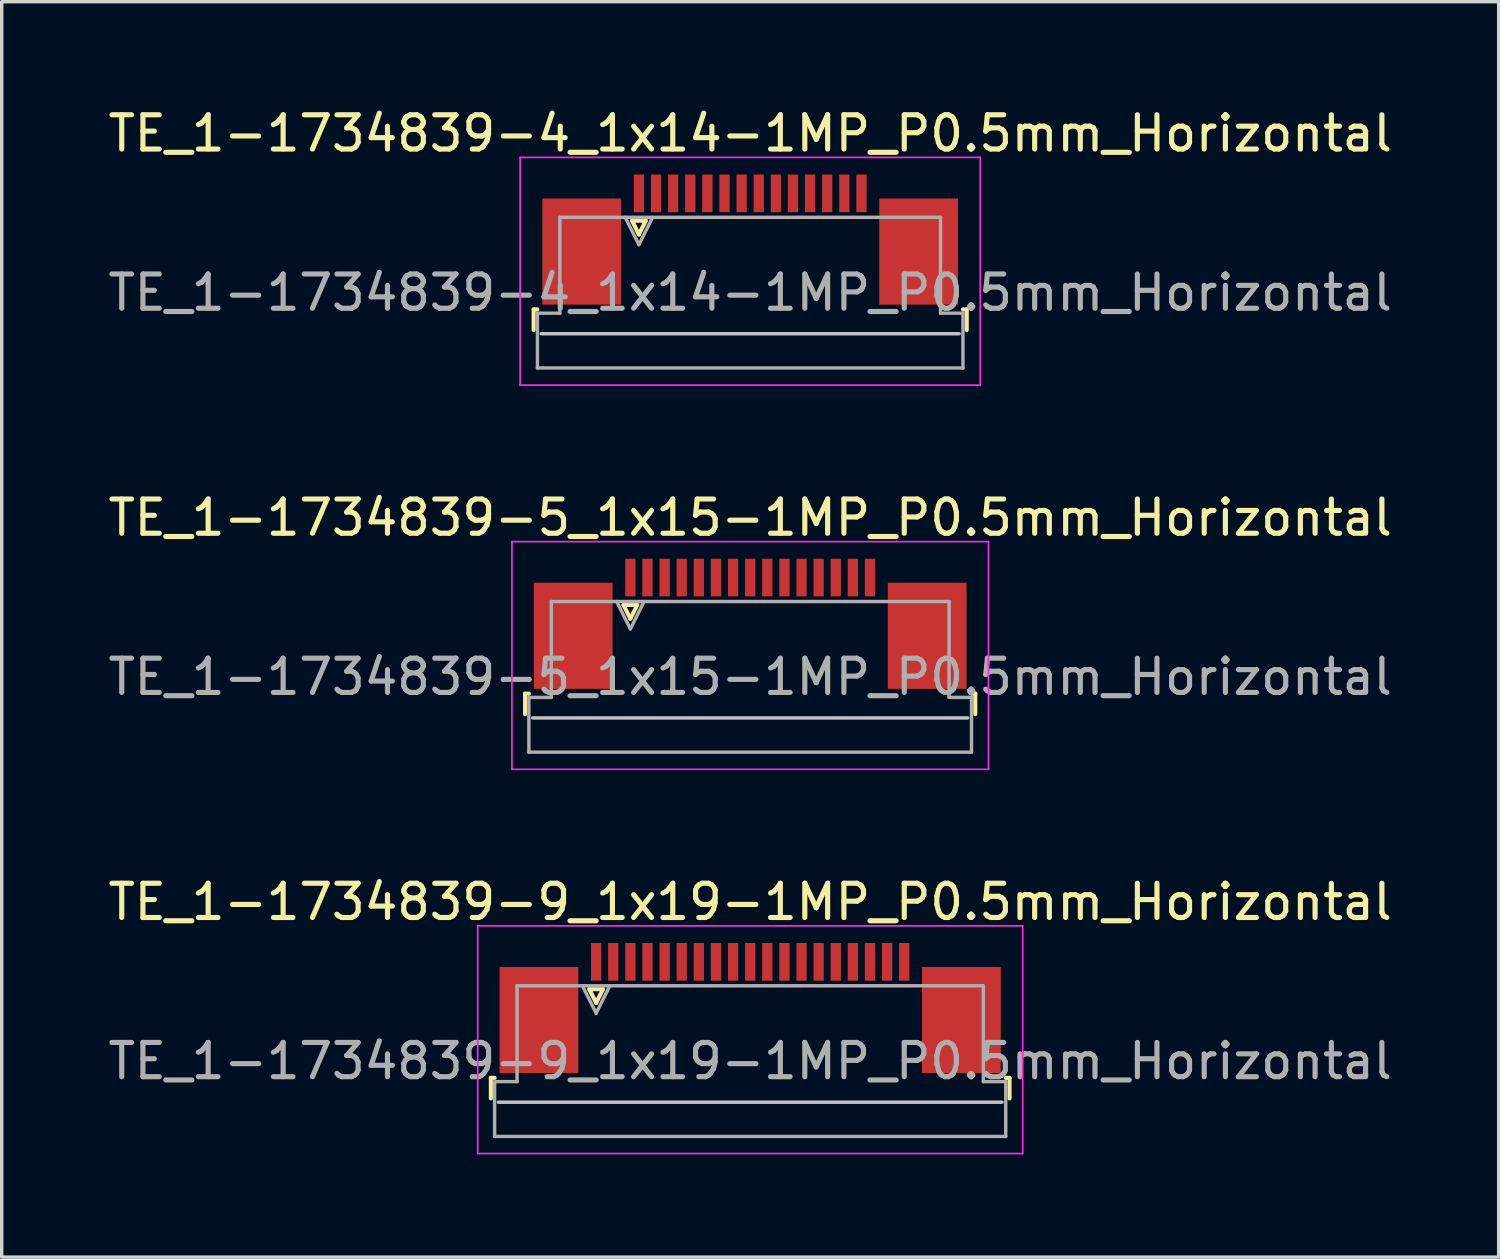
<source format=kicad_pcb>
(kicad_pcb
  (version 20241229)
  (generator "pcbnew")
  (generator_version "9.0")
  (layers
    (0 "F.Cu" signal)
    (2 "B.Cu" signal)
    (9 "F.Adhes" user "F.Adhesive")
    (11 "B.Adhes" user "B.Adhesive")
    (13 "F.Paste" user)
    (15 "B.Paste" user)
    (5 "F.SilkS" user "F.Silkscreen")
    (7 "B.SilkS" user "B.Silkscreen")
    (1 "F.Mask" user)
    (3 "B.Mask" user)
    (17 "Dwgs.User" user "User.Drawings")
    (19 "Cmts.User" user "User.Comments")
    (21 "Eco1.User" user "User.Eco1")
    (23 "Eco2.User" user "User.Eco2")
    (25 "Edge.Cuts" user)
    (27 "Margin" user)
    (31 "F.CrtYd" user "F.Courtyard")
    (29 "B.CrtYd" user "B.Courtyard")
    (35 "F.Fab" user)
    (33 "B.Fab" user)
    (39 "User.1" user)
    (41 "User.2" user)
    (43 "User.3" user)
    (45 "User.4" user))
  (footprint "TE_1-1734839-9_1x19-1MP_P0.5mm_Horizontal"
    (layer "F.Cu")
    (at 18.863 26.395)
    (property "Reference" "TE_1-1734839-9_1x19-1MP_P0.5mm_Horizontal" (at 0 -3.1 0) (layer "F.SilkS") (effects (font (size 1 1) (thickness 0.15))))
    (attr smd)
    (fp_line (start -7.575 2.04) (end -7.575 2.64) (stroke (width 0.12) (type solid)) (layer "F.SilkS"))
    (fp_line (start -7.465 2.04) (end -7.575 2.04) (stroke (width 0.12) (type solid)) (layer "F.SilkS"))
    (fp_line (start -4.7 -0.55) (end -4.5 -0.15) (stroke (width 0.12) (type solid)) (layer "F.SilkS"))
    (fp_line (start -4.5 -0.15) (end -4.3 -0.55) (stroke (width 0.12) (type solid)) (layer "F.SilkS"))
    (fp_line (start -4.3 -0.55) (end -4.7 -0.55) (stroke (width 0.12) (type solid)) (layer "F.SilkS"))
    (fp_line (start 7.465 2.04) (end 7.575 2.04) (stroke (width 0.12) (type solid)) (layer "F.SilkS"))
    (fp_line (start 7.575 2.04) (end 7.575 2.64) (stroke (width 0.12) (type solid)) (layer "F.SilkS"))
    (fp_line (start 7.355 2.75) (end -7.355 2.75) (stroke (width 0.1) (type solid)) (layer "Dwgs.User"))
    (fp_line (start -7.96 -2.4) (end -7.96 4.25) (stroke (width 0.05) (type solid)) (layer "F.CrtYd"))
    (fp_line (start -7.96 4.25) (end 7.96 4.25) (stroke (width 0.05) (type solid)) (layer "F.CrtYd"))
    (fp_line (start 7.96 -2.4) (end -7.96 -2.4) (stroke (width 0.05) (type solid)) (layer "F.CrtYd"))
    (fp_line (start 7.96 4.25) (end 7.96 -2.4) (stroke (width 0.05) (type solid)) (layer "F.CrtYd"))
    (fp_line (start -7.465 2.15) (end -6.81 2.15) (stroke (width 0.1) (type solid)) (layer "F.Fab"))
    (fp_line (start -7.465 3.75) (end -7.465 2.15) (stroke (width 0.1) (type solid)) (layer "F.Fab"))
    (fp_line (start -6.81 -0.65) (end 6.81 -0.65) (stroke (width 0.1) (type solid)) (layer "F.Fab"))
    (fp_line (start -6.81 2.15) (end -6.81 -0.65) (stroke (width 0.1) (type solid)) (layer "F.Fab"))
    (fp_line (start -4.9 -0.65) (end -4.5 0.15) (stroke (width 0.1) (type solid)) (layer "F.Fab"))
    (fp_line (start -4.5 0.15) (end -4.1 -0.65) (stroke (width 0.1) (type solid)) (layer "F.Fab"))
    (fp_line (start 6.81 -0.65) (end 6.81 2.15) (stroke (width 0.1) (type solid)) (layer "F.Fab"))
    (fp_line (start 6.81 2.15) (end 7.465 2.15) (stroke (width 0.1) (type solid)) (layer "F.Fab"))
    (fp_line (start 7.465 2.15) (end 7.465 3.75) (stroke (width 0.1) (type solid)) (layer "F.Fab"))
    (fp_line (start 7.465 3.75) (end -7.465 3.75) (stroke (width 0.1) (type solid)) (layer "F.Fab"))
    (fp_text user "${REFERENCE}" (at 0 1.55 0) (layer "F.Fab") (effects (font (size 1 1) (thickness 0.15))))
    (pad "1" smd rect (at -4.5 -1.35) (size 0.3 1.1) (layers "F.Cu" "F.Mask" "F.Paste"))
    (pad "2" smd rect (at -4 -1.35) (size 0.3 1.1) (layers "F.Cu" "F.Mask" "F.Paste"))
    (pad "3" smd rect (at -3.5 -1.35) (size 0.3 1.1) (layers "F.Cu" "F.Mask" "F.Paste"))
    (pad "4" smd rect (at -3 -1.35) (size 0.3 1.1) (layers "F.Cu" "F.Mask" "F.Paste"))
    (pad "5" smd rect (at -2.5 -1.35) (size 0.3 1.1) (layers "F.Cu" "F.Mask" "F.Paste"))
    (pad "6" smd rect (at -2 -1.35) (size 0.3 1.1) (layers "F.Cu" "F.Mask" "F.Paste"))
    (pad "7" smd rect (at -1.5 -1.35) (size 0.3 1.1) (layers "F.Cu" "F.Mask" "F.Paste"))
    (pad "8" smd rect (at -1 -1.35) (size 0.3 1.1) (layers "F.Cu" "F.Mask" "F.Paste"))
    (pad "9" smd rect (at -0.5 -1.35) (size 0.3 1.1) (layers "F.Cu" "F.Mask" "F.Paste"))
    (pad "10" smd rect (at 0 -1.35) (size 0.3 1.1) (layers "F.Cu" "F.Mask" "F.Paste"))
    (pad "11" smd rect (at 0.5 -1.35) (size 0.3 1.1) (layers "F.Cu" "F.Mask" "F.Paste"))
    (pad "12" smd rect (at 1 -1.35) (size 0.3 1.1) (layers "F.Cu" "F.Mask" "F.Paste"))
    (pad "13" smd rect (at 1.5 -1.35) (size 0.3 1.1) (layers "F.Cu" "F.Mask" "F.Paste"))
    (pad "14" smd rect (at 2 -1.35) (size 0.3 1.1) (layers "F.Cu" "F.Mask" "F.Paste"))
    (pad "15" smd rect (at 2.5 -1.35) (size 0.3 1.1) (layers "F.Cu" "F.Mask" "F.Paste"))
    (pad "16" smd rect (at 3 -1.35) (size 0.3 1.1) (layers "F.Cu" "F.Mask" "F.Paste"))
    (pad "17" smd rect (at 3.5 -1.35) (size 0.3 1.1) (layers "F.Cu" "F.Mask" "F.Paste"))
    (pad "18" smd rect (at 4 -1.35) (size 0.3 1.1) (layers "F.Cu" "F.Mask" "F.Paste"))
    (pad "19" smd rect (at 4.5 -1.35) (size 0.3 1.1) (layers "F.Cu" "F.Mask" "F.Paste"))
    (pad "MP" smd rect (at -6.17 0.35) (size 2.3 3.1) (layers "F.Cu" "F.Mask" "F.Paste"))
    (pad "MP" smd rect (at 6.17 0.35) (size 2.3 3.1) (layers "F.Cu" "F.Mask" "F.Paste")))
  (footprint "TE_1-1734839-5_1x15-1MP_P0.5mm_Horizontal"
    (layer "F.Cu")
    (at 18.863 15.171)
    (property "Reference" "TE_1-1734839-5_1x15-1MP_P0.5mm_Horizontal" (at 0 -3.1 0) (layer "F.SilkS") (effects (font (size 1 1) (thickness 0.15))))
    (attr smd)
    (fp_line (start -6.575 2.04) (end -6.575 2.64) (stroke (width 0.12) (type solid)) (layer "F.SilkS"))
    (fp_line (start -6.465 2.04) (end -6.575 2.04) (stroke (width 0.12) (type solid)) (layer "F.SilkS"))
    (fp_line (start -3.7 -0.55) (end -3.5 -0.15) (stroke (width 0.12) (type solid)) (layer "F.SilkS"))
    (fp_line (start -3.5 -0.15) (end -3.3 -0.55) (stroke (width 0.12) (type solid)) (layer "F.SilkS"))
    (fp_line (start -3.3 -0.55) (end -3.7 -0.55) (stroke (width 0.12) (type solid)) (layer "F.SilkS"))
    (fp_line (start 6.465 2.04) (end 6.575 2.04) (stroke (width 0.12) (type solid)) (layer "F.SilkS"))
    (fp_line (start 6.575 2.04) (end 6.575 2.64) (stroke (width 0.12) (type solid)) (layer "F.SilkS"))
    (fp_line (start 6.355 2.75) (end -6.355 2.75) (stroke (width 0.1) (type solid)) (layer "Dwgs.User"))
    (fp_line (start -6.96 -2.4) (end -6.96 4.25) (stroke (width 0.05) (type solid)) (layer "F.CrtYd"))
    (fp_line (start -6.96 4.25) (end 6.96 4.25) (stroke (width 0.05) (type solid)) (layer "F.CrtYd"))
    (fp_line (start 6.96 -2.4) (end -6.96 -2.4) (stroke (width 0.05) (type solid)) (layer "F.CrtYd"))
    (fp_line (start 6.96 4.25) (end 6.96 -2.4) (stroke (width 0.05) (type solid)) (layer "F.CrtYd"))
    (fp_line (start -6.465 2.15) (end -5.81 2.15) (stroke (width 0.1) (type solid)) (layer "F.Fab"))
    (fp_line (start -6.465 3.75) (end -6.465 2.15) (stroke (width 0.1) (type solid)) (layer "F.Fab"))
    (fp_line (start -5.81 -0.65) (end 5.81 -0.65) (stroke (width 0.1) (type solid)) (layer "F.Fab"))
    (fp_line (start -5.81 2.15) (end -5.81 -0.65) (stroke (width 0.1) (type solid)) (layer "F.Fab"))
    (fp_line (start -3.9 -0.65) (end -3.5 0.15) (stroke (width 0.1) (type solid)) (layer "F.Fab"))
    (fp_line (start -3.5 0.15) (end -3.1 -0.65) (stroke (width 0.1) (type solid)) (layer "F.Fab"))
    (fp_line (start 5.81 -0.65) (end 5.81 2.15) (stroke (width 0.1) (type solid)) (layer "F.Fab"))
    (fp_line (start 5.81 2.15) (end 6.465 2.15) (stroke (width 0.1) (type solid)) (layer "F.Fab"))
    (fp_line (start 6.465 2.15) (end 6.465 3.75) (stroke (width 0.1) (type solid)) (layer "F.Fab"))
    (fp_line (start 6.465 3.75) (end -6.465 3.75) (stroke (width 0.1) (type solid)) (layer "F.Fab"))
    (fp_text user "${REFERENCE}" (at 0 1.55 0) (layer "F.Fab") (effects (font (size 1 1) (thickness 0.15))))
    (pad "1" smd rect (at -3.5 -1.35) (size 0.3 1.1) (layers "F.Cu" "F.Mask" "F.Paste"))
    (pad "2" smd rect (at -3 -1.35) (size 0.3 1.1) (layers "F.Cu" "F.Mask" "F.Paste"))
    (pad "3" smd rect (at -2.5 -1.35) (size 0.3 1.1) (layers "F.Cu" "F.Mask" "F.Paste"))
    (pad "4" smd rect (at -2 -1.35) (size 0.3 1.1) (layers "F.Cu" "F.Mask" "F.Paste"))
    (pad "5" smd rect (at -1.5 -1.35) (size 0.3 1.1) (layers "F.Cu" "F.Mask" "F.Paste"))
    (pad "6" smd rect (at -1 -1.35) (size 0.3 1.1) (layers "F.Cu" "F.Mask" "F.Paste"))
    (pad "7" smd rect (at -0.5 -1.35) (size 0.3 1.1) (layers "F.Cu" "F.Mask" "F.Paste"))
    (pad "8" smd rect (at 0 -1.35) (size 0.3 1.1) (layers "F.Cu" "F.Mask" "F.Paste"))
    (pad "9" smd rect (at 0.5 -1.35) (size 0.3 1.1) (layers "F.Cu" "F.Mask" "F.Paste"))
    (pad "10" smd rect (at 1 -1.35) (size 0.3 1.1) (layers "F.Cu" "F.Mask" "F.Paste"))
    (pad "11" smd rect (at 1.5 -1.35) (size 0.3 1.1) (layers "F.Cu" "F.Mask" "F.Paste"))
    (pad "12" smd rect (at 2 -1.35) (size 0.3 1.1) (layers "F.Cu" "F.Mask" "F.Paste"))
    (pad "13" smd rect (at 2.5 -1.35) (size 0.3 1.1) (layers "F.Cu" "F.Mask" "F.Paste"))
    (pad "14" smd rect (at 3 -1.35) (size 0.3 1.1) (layers "F.Cu" "F.Mask" "F.Paste"))
    (pad "15" smd rect (at 3.5 -1.35) (size 0.3 1.1) (layers "F.Cu" "F.Mask" "F.Paste"))
    (pad "MP" smd rect (at -5.17 0.35) (size 2.3 3.1) (layers "F.Cu" "F.Mask" "F.Paste"))
    (pad "MP" smd rect (at 5.17 0.35) (size 2.3 3.1) (layers "F.Cu" "F.Mask" "F.Paste")))
  (footprint "TE_1-1734839-4_1x14-1MP_P0.5mm_Horizontal"
    (layer "F.Cu")
    (at 18.863 3.948)
    (property "Reference" "TE_1-1734839-4_1x14-1MP_P0.5mm_Horizontal" (at 0 -3.1 0) (layer "F.SilkS") (effects (font (size 1 1) (thickness 0.15))))
    (attr smd)
    (fp_line (start -6.325 2.04) (end -6.325 2.64) (stroke (width 0.12) (type solid)) (layer "F.SilkS"))
    (fp_line (start -6.215 2.04) (end -6.325 2.04) (stroke (width 0.12) (type solid)) (layer "F.SilkS"))
    (fp_line (start -3.45 -0.55) (end -3.25 -0.15) (stroke (width 0.12) (type solid)) (layer "F.SilkS"))
    (fp_line (start -3.25 -0.15) (end -3.05 -0.55) (stroke (width 0.12) (type solid)) (layer "F.SilkS"))
    (fp_line (start -3.05 -0.55) (end -3.45 -0.55) (stroke (width 0.12) (type solid)) (layer "F.SilkS"))
    (fp_line (start 6.215 2.04) (end 6.325 2.04) (stroke (width 0.12) (type solid)) (layer "F.SilkS"))
    (fp_line (start 6.325 2.04) (end 6.325 2.64) (stroke (width 0.12) (type solid)) (layer "F.SilkS"))
    (fp_line (start 6.105 2.75) (end -6.105 2.75) (stroke (width 0.1) (type solid)) (layer "Dwgs.User"))
    (fp_line (start -6.72 -2.4) (end -6.72 4.25) (stroke (width 0.05) (type solid)) (layer "F.CrtYd"))
    (fp_line (start -6.72 4.25) (end 6.72 4.25) (stroke (width 0.05) (type solid)) (layer "F.CrtYd"))
    (fp_line (start 6.72 -2.4) (end -6.72 -2.4) (stroke (width 0.05) (type solid)) (layer "F.CrtYd"))
    (fp_line (start 6.72 4.25) (end 6.72 -2.4) (stroke (width 0.05) (type solid)) (layer "F.CrtYd"))
    (fp_line (start -6.215 2.15) (end -5.56 2.15) (stroke (width 0.1) (type solid)) (layer "F.Fab"))
    (fp_line (start -6.215 3.75) (end -6.215 2.15) (stroke (width 0.1) (type solid)) (layer "F.Fab"))
    (fp_line (start -5.56 -0.65) (end 5.56 -0.65) (stroke (width 0.1) (type solid)) (layer "F.Fab"))
    (fp_line (start -5.56 2.15) (end -5.56 -0.65) (stroke (width 0.1) (type solid)) (layer "F.Fab"))
    (fp_line (start -3.65 -0.65) (end -3.25 0.15) (stroke (width 0.1) (type solid)) (layer "F.Fab"))
    (fp_line (start -3.25 0.15) (end -2.85 -0.65) (stroke (width 0.1) (type solid)) (layer "F.Fab"))
    (fp_line (start 5.56 -0.65) (end 5.56 2.15) (stroke (width 0.1) (type solid)) (layer "F.Fab"))
    (fp_line (start 5.56 2.15) (end 6.215 2.15) (stroke (width 0.1) (type solid)) (layer "F.Fab"))
    (fp_line (start 6.215 2.15) (end 6.215 3.75) (stroke (width 0.1) (type solid)) (layer "F.Fab"))
    (fp_line (start 6.215 3.75) (end -6.215 3.75) (stroke (width 0.1) (type solid)) (layer "F.Fab"))
    (fp_text user "${REFERENCE}" (at 0 1.55 0) (layer "F.Fab") (effects (font (size 1 1) (thickness 0.15))))
    (pad "1" smd rect (at -3.25 -1.35) (size 0.3 1.1) (layers "F.Cu" "F.Mask" "F.Paste"))
    (pad "2" smd rect (at -2.75 -1.35) (size 0.3 1.1) (layers "F.Cu" "F.Mask" "F.Paste"))
    (pad "3" smd rect (at -2.25 -1.35) (size 0.3 1.1) (layers "F.Cu" "F.Mask" "F.Paste"))
    (pad "4" smd rect (at -1.75 -1.35) (size 0.3 1.1) (layers "F.Cu" "F.Mask" "F.Paste"))
    (pad "5" smd rect (at -1.25 -1.35) (size 0.3 1.1) (layers "F.Cu" "F.Mask" "F.Paste"))
    (pad "6" smd rect (at -0.75 -1.35) (size 0.3 1.1) (layers "F.Cu" "F.Mask" "F.Paste"))
    (pad "7" smd rect (at -0.25 -1.35) (size 0.3 1.1) (layers "F.Cu" "F.Mask" "F.Paste"))
    (pad "8" smd rect (at 0.25 -1.35) (size 0.3 1.1) (layers "F.Cu" "F.Mask" "F.Paste"))
    (pad "9" smd rect (at 0.75 -1.35) (size 0.3 1.1) (layers "F.Cu" "F.Mask" "F.Paste"))
    (pad "10" smd rect (at 1.25 -1.35) (size 0.3 1.1) (layers "F.Cu" "F.Mask" "F.Paste"))
    (pad "11" smd rect (at 1.75 -1.35) (size 0.3 1.1) (layers "F.Cu" "F.Mask" "F.Paste"))
    (pad "12" smd rect (at 2.25 -1.35) (size 0.3 1.1) (layers "F.Cu" "F.Mask" "F.Paste"))
    (pad "13" smd rect (at 2.75 -1.35) (size 0.3 1.1) (layers "F.Cu" "F.Mask" "F.Paste"))
    (pad "14" smd rect (at 3.25 -1.35) (size 0.3 1.1) (layers "F.Cu" "F.Mask" "F.Paste"))
    (pad "MP" smd rect (at -4.92 0.35) (size 2.3 3.1) (layers "F.Cu" "F.Mask" "F.Paste"))
    (pad "MP" smd rect (at 4.92 0.35) (size 2.3 3.1) (layers "F.Cu" "F.Mask" "F.Paste")))
  (gr_rect
    (start -3 -3)
    (end 40.726 33.67)
    (stroke (width 0.1) (type default))
    (fill no)
    (layer "Edge.Cuts")))
</source>
